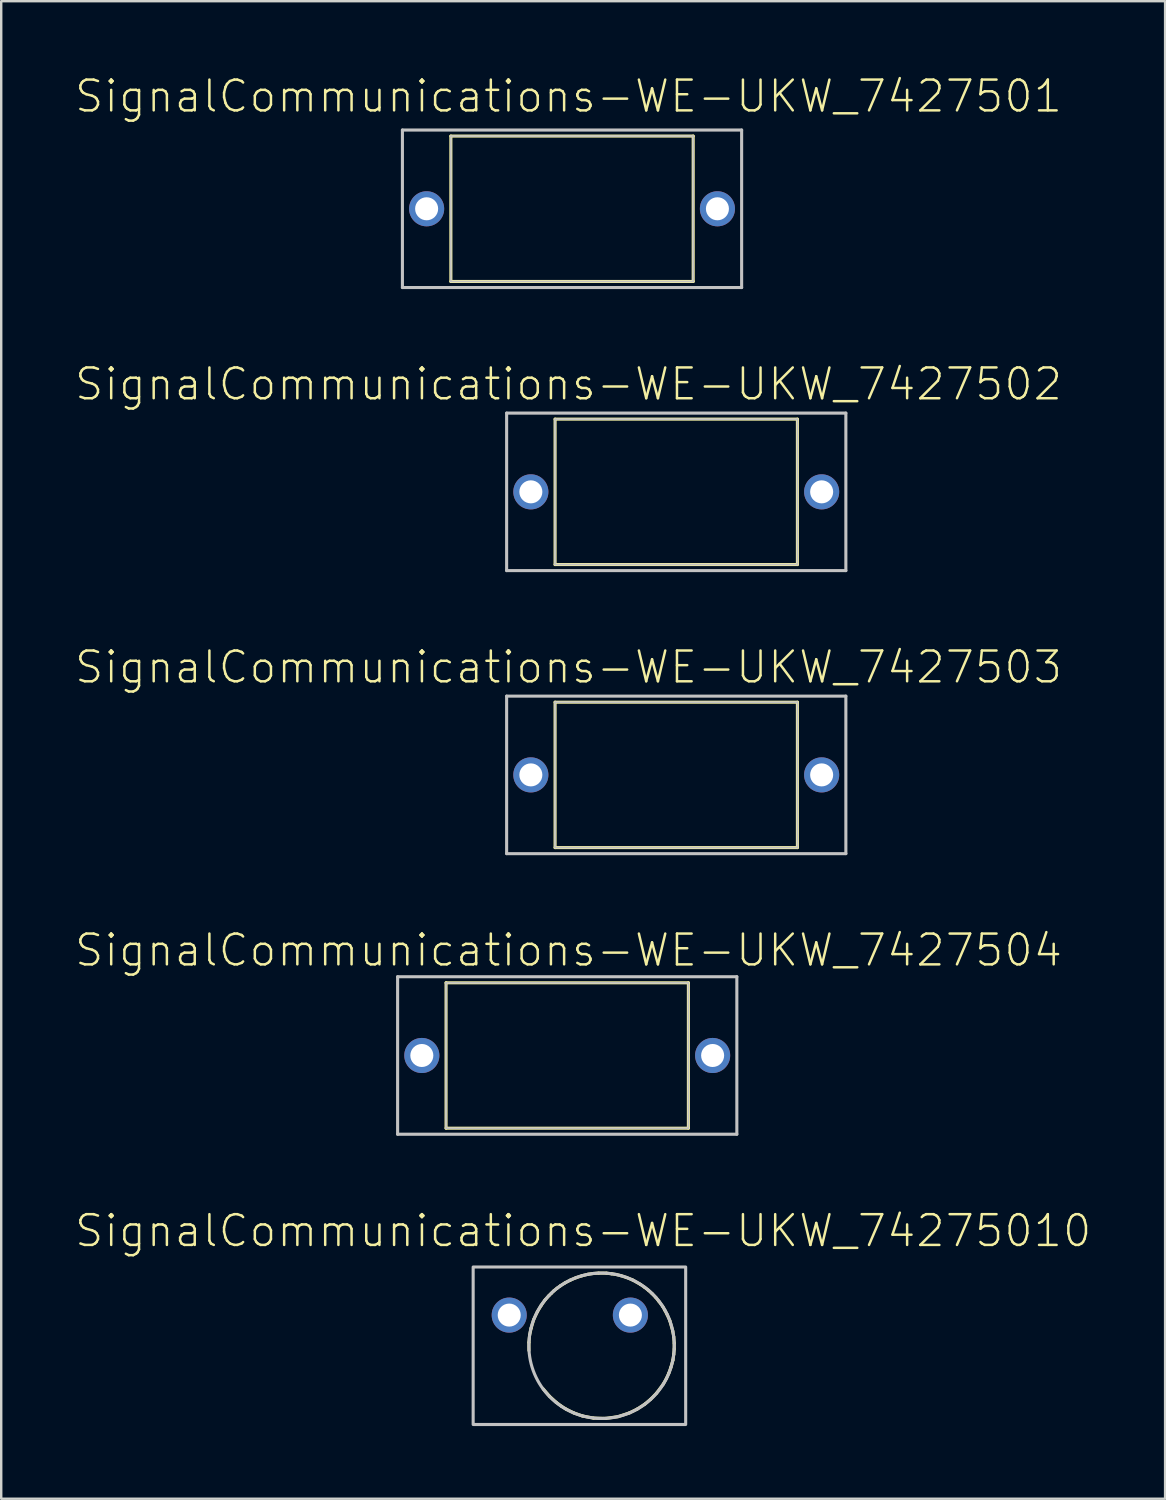
<source format=kicad_pcb>
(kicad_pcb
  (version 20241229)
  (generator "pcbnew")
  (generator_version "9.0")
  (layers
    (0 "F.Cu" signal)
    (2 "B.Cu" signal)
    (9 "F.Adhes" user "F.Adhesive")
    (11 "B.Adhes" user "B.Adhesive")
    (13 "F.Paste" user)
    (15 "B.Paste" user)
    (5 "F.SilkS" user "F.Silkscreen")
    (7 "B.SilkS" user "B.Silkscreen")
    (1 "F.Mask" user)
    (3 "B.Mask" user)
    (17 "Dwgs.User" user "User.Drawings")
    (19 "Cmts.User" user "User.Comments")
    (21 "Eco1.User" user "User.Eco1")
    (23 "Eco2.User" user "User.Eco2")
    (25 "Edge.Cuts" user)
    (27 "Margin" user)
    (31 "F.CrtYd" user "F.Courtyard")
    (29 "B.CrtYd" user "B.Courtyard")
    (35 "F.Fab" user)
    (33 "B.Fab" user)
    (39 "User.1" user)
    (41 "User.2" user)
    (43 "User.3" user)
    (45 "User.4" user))
  (footprint "SignalCommunications-WE-UKW_74275010"
    (layer "F.Cu")
    (at 21.77 52.474)
    (property "Reference" "SignalCommunications-WE-UKW_74275010" (at -0.759 -4.742 0) (layer "F.SilkS") (effects (font (size 1.27 1.27) (thickness 0.102))))
    (attr exclude_from_pos_files exclude_from_bom)
    (fp_line (start -2.997 -0.137) (end -2.972 -0.424) (stroke (width 0.127) (type solid)) (layer "F.SilkS"))
    (fp_line (start -2.997 0.198) (end -2.997 -0.137) (stroke (width 0.127) (type solid)) (layer "F.SilkS"))
    (fp_line (start -2.972 -0.424) (end -2.906 -0.726) (stroke (width 0.127) (type solid)) (layer "F.SilkS"))
    (fp_line (start -2.906 -0.726) (end -2.802 -1.077) (stroke (width 0.127) (type solid)) (layer "F.SilkS"))
    (fp_line (start -2.802 -1.077) (end -2.649 -1.402) (stroke (width 0.127) (type solid)) (layer "F.SilkS"))
    (fp_line (start -2.649 -1.402) (end -2.489 -1.669) (stroke (width 0.127) (type solid)) (layer "F.SilkS"))
    (fp_line (start -2.489 -1.669) (end -2.332 -1.89) (stroke (width 0.127) (type solid)) (layer "F.SilkS"))
    (fp_line (start -2.332 -1.89) (end -2.167 -2.073) (stroke (width 0.127) (type solid)) (layer "F.SilkS"))
    (fp_line (start -2.167 -2.073) (end -2.073 -2.164) (stroke (width 0.127) (type solid)) (layer "F.SilkS"))
    (fp_line (start -2.146 2.085) (end -2.408 1.781) (stroke (width 0.127) (type solid)) (layer "F.SilkS"))
    (fp_line (start -2.073 -2.164) (end -1.971 -2.266) (stroke (width 0.127) (type solid)) (layer "F.SilkS"))
    (fp_line (start -1.971 -2.266) (end -1.839 -2.372) (stroke (width 0.127) (type solid)) (layer "F.SilkS"))
    (fp_line (start -1.875 2.332) (end -2.146 2.085) (stroke (width 0.127) (type solid)) (layer "F.SilkS"))
    (fp_line (start -1.839 -2.372) (end -1.697 -2.474) (stroke (width 0.127) (type solid)) (layer "F.SilkS"))
    (fp_line (start -1.697 -2.474) (end -1.511 -2.593) (stroke (width 0.127) (type solid)) (layer "F.SilkS"))
    (fp_line (start -1.651 2.497) (end -1.875 2.332) (stroke (width 0.127) (type solid)) (layer "F.SilkS"))
    (fp_line (start -1.511 -2.593) (end -1.295 -2.705) (stroke (width 0.127) (type solid)) (layer "F.SilkS"))
    (fp_line (start -1.466 2.614) (end -1.651 2.497) (stroke (width 0.127) (type solid)) (layer "F.SilkS"))
    (fp_line (start -1.295 -2.705) (end -1.057 -2.807) (stroke (width 0.127) (type solid)) (layer "F.SilkS"))
    (fp_line (start -1.146 2.771) (end -1.466 2.614) (stroke (width 0.127) (type solid)) (layer "F.SilkS"))
    (fp_line (start -1.057 -2.807) (end -0.81 -2.888) (stroke (width 0.127) (type solid)) (layer "F.SilkS"))
    (fp_line (start -0.81 -2.888) (end -0.559 -2.949) (stroke (width 0.127) (type solid)) (layer "F.SilkS"))
    (fp_line (start -0.792 2.896) (end -1.146 2.771) (stroke (width 0.127) (type solid)) (layer "F.SilkS"))
    (fp_line (start -0.559 -2.949) (end -0.34 -2.982) (stroke (width 0.127) (type solid)) (layer "F.SilkS"))
    (fp_line (start -0.34 -2.982) (end -0.122 -2.997) (stroke (width 0.127) (type solid)) (layer "F.SilkS"))
    (fp_line (start -0.333 2.985) (end -0.792 2.896) (stroke (width 0.127) (type solid)) (layer "F.SilkS"))
    (fp_line (start -0.122 -2.997) (end 0.203 -2.995) (stroke (width 0.127) (type solid)) (layer "F.SilkS"))
    (fp_line (start 0.17 2.997) (end -0.333 2.985) (stroke (width 0.127) (type solid)) (layer "F.SilkS"))
    (fp_line (start 0.203 -2.995) (end 0.409 -2.969) (stroke (width 0.127) (type solid)) (layer "F.SilkS"))
    (fp_line (start 0.409 -2.969) (end 0.599 -2.941) (stroke (width 0.127) (type solid)) (layer "F.SilkS"))
    (fp_line (start 0.599 -2.941) (end 0.8 -2.891) (stroke (width 0.127) (type solid)) (layer "F.SilkS"))
    (fp_line (start 0.678 2.926) (end 0.17 2.997) (stroke (width 0.127) (type solid)) (layer "F.SilkS"))
    (fp_line (start 0.8 -2.891) (end 1.026 -2.817) (stroke (width 0.127) (type solid)) (layer "F.SilkS"))
    (fp_line (start 1.026 -2.817) (end 1.273 -2.718) (stroke (width 0.127) (type solid)) (layer "F.SilkS"))
    (fp_line (start 1.153 2.769) (end 0.678 2.926) (stroke (width 0.127) (type solid)) (layer "F.SilkS"))
    (fp_line (start 1.273 -2.718) (end 1.603 -2.532) (stroke (width 0.127) (type solid)) (layer "F.SilkS"))
    (fp_line (start 1.468 2.614) (end 1.153 2.769) (stroke (width 0.127) (type solid)) (layer "F.SilkS"))
    (fp_line (start 1.603 -2.532) (end 1.778 -2.41) (stroke (width 0.127) (type solid)) (layer "F.SilkS"))
    (fp_line (start 1.778 -2.41) (end 1.93 -2.291) (stroke (width 0.127) (type solid)) (layer "F.SilkS"))
    (fp_line (start 1.786 2.408) (end 1.468 2.614) (stroke (width 0.127) (type solid)) (layer "F.SilkS"))
    (fp_line (start 1.93 -2.291) (end 2.083 -2.151) (stroke (width 0.127) (type solid)) (layer "F.SilkS"))
    (fp_line (start 2.029 2.202) (end 1.786 2.408) (stroke (width 0.127) (type solid)) (layer "F.SilkS"))
    (fp_line (start 2.083 -2.151) (end 2.238 -1.991) (stroke (width 0.127) (type solid)) (layer "F.SilkS"))
    (fp_line (start 2.238 -1.991) (end 2.36 -1.839) (stroke (width 0.127) (type solid)) (layer "F.SilkS"))
    (fp_line (start 2.268 1.956) (end 2.029 2.202) (stroke (width 0.127) (type solid)) (layer "F.SilkS"))
    (fp_line (start 2.36 -1.839) (end 2.522 -1.621) (stroke (width 0.127) (type solid)) (layer "F.SilkS"))
    (fp_line (start 2.522 -1.621) (end 2.609 -1.466) (stroke (width 0.127) (type solid)) (layer "F.SilkS"))
    (fp_line (start 2.55 1.577) (end 2.268 1.956) (stroke (width 0.127) (type solid)) (layer "F.SilkS"))
    (fp_line (start 2.609 -1.466) (end 2.705 -1.285) (stroke (width 0.127) (type solid)) (layer "F.SilkS"))
    (fp_line (start 2.677 1.346) (end 2.55 1.577) (stroke (width 0.127) (type solid)) (layer "F.SilkS"))
    (fp_line (start 2.705 -1.285) (end 2.812 -1.044) (stroke (width 0.127) (type solid)) (layer "F.SilkS"))
    (fp_line (start 2.771 1.138) (end 2.677 1.346) (stroke (width 0.127) (type solid)) (layer "F.SilkS"))
    (fp_line (start 2.812 -1.044) (end 2.936 -0.607) (stroke (width 0.127) (type solid)) (layer "F.SilkS"))
    (fp_line (start 2.857 0.899) (end 2.771 1.138) (stroke (width 0.127) (type solid)) (layer "F.SilkS"))
    (fp_line (start 2.936 -0.607) (end 2.977 -0.368) (stroke (width 0.127) (type solid)) (layer "F.SilkS"))
    (fp_line (start 2.944 0.592) (end 2.857 0.899) (stroke (width 0.127) (type solid)) (layer "F.SilkS"))
    (fp_line (start 2.977 -0.368) (end 2.997 -0.107) (stroke (width 0.127) (type solid)) (layer "F.SilkS"))
    (fp_line (start 2.977 0.356) (end 2.944 0.592) (stroke (width 0.127) (type solid)) (layer "F.SilkS"))
    (fp_line (start 2.997 -0.107) (end 2.997 0.135) (stroke (width 0.127) (type solid)) (layer "F.SilkS"))
    (fp_line (start 2.997 0.135) (end 2.977 0.356) (stroke (width 0.127) (type solid)) (layer "F.SilkS"))
    (fp_circle (center 0 0) (end 0 -3) (stroke (width 0.127) (type solid)) (fill no) (layer "Dwgs.User"))
    (fp_poly (pts (xy -5.298 -3.249) (xy 3.47 -3.249) (xy 3.47 3.249) (xy -5.298 3.249) (xy -5.298 -3.249)) (stroke (width 0.127) (type solid)) (fill no) (layer "Dwgs.User"))
    (pad "1" thru_hole circle (at -3.81 -1.265) (size 1.448 1.448) (drill 0.95) (layers "*.Cu" "*.Paste" "*.Mask"))
    (pad "2" thru_hole circle (at 1.189 -1.265) (size 1.448 1.448) (drill 0.95) (layers "*.Cu" "*.Paste" "*.Mask")))
  (footprint "SignalCommunications-WE-UKW_7427504"
    (layer "F.Cu")
    (at 20.353 40.498)
    (property "Reference" "SignalCommunications-WE-UKW_7427504" (at 0.053 -4.343 0) (layer "F.SilkS") (effects (font (size 1.27 1.27) (thickness 0.102))))
    (attr exclude_from_pos_files exclude_from_bom)
    (fp_line (start -4.999 -3) (end -4.999 3) (stroke (width 0.127) (type solid)) (layer "F.SilkS"))
    (fp_line (start -4.999 3) (end 4.999 3) (stroke (width 0.127) (type solid)) (layer "F.SilkS"))
    (fp_line (start 4.999 -3) (end -4.999 -3) (stroke (width 0.127) (type solid)) (layer "F.SilkS"))
    (fp_line (start 4.999 3) (end 4.999 -3) (stroke (width 0.127) (type solid)) (layer "F.SilkS"))
    (fp_line (start -6.998 -3.249) (end -6.998 3.249) (stroke (width 0.127) (type solid)) (layer "Dwgs.User"))
    (fp_line (start -6.998 3.249) (end 6.998 3.249) (stroke (width 0.127) (type solid)) (layer "Dwgs.User"))
    (fp_line (start -4.999 -3) (end 4.999 -3) (stroke (width 0.066) (type solid)) (layer "Dwgs.User"))
    (fp_line (start -4.999 3) (end -4.999 -3) (stroke (width 0.066) (type solid)) (layer "Dwgs.User"))
    (fp_line (start -4.999 3) (end 4.999 3) (stroke (width 0.066) (type solid)) (layer "Dwgs.User"))
    (fp_line (start 4.999 3) (end 4.999 -3) (stroke (width 0.066) (type solid)) (layer "Dwgs.User"))
    (fp_line (start 6.998 -3.249) (end -6.998 -3.249) (stroke (width 0.127) (type solid)) (layer "Dwgs.User"))
    (fp_line (start 6.998 3.249) (end 6.998 -3.249) (stroke (width 0.127) (type solid)) (layer "Dwgs.User"))
    (pad "1" thru_hole circle (at -5.999 0) (size 1.448 1.448) (drill 0.95) (layers "*.Cu" "*.Paste" "*.Mask"))
    (pad "2" thru_hole circle (at 5.999 0) (size 1.448 1.448) (drill 0.95) (layers "*.Cu" "*.Paste" "*.Mask")))
  (footprint "SignalCommunications-WE-UKW_7427501"
    (layer "F.Cu")
    (at 20.551 5.564)
    (property "Reference" "SignalCommunications-WE-UKW_7427501" (at -0.145 -4.643 0) (layer "F.SilkS") (effects (font (size 1.27 1.27) (thickness 0.102))))
    (attr exclude_from_pos_files exclude_from_bom)
    (fp_line (start -4.999 -3) (end -4.999 3) (stroke (width 0.127) (type solid)) (layer "F.SilkS"))
    (fp_line (start -4.999 3) (end 4.999 3) (stroke (width 0.127) (type solid)) (layer "F.SilkS"))
    (fp_line (start 4.999 -3) (end -4.999 -3) (stroke (width 0.127) (type solid)) (layer "F.SilkS"))
    (fp_line (start 4.999 3) (end 4.999 -3) (stroke (width 0.127) (type solid)) (layer "F.SilkS"))
    (fp_line (start -6.998 -3.249) (end -6.998 3.249) (stroke (width 0.127) (type solid)) (layer "Dwgs.User"))
    (fp_line (start -6.998 3.249) (end 6.998 3.249) (stroke (width 0.127) (type solid)) (layer "Dwgs.User"))
    (fp_line (start -4.999 -3) (end 4.999 -3) (stroke (width 0.066) (type solid)) (layer "Dwgs.User"))
    (fp_line (start -4.999 3) (end -4.999 -3) (stroke (width 0.066) (type solid)) (layer "Dwgs.User"))
    (fp_line (start -4.999 3) (end 4.999 3) (stroke (width 0.066) (type solid)) (layer "Dwgs.User"))
    (fp_line (start 4.999 3) (end 4.999 -3) (stroke (width 0.066) (type solid)) (layer "Dwgs.User"))
    (fp_line (start 6.998 -3.249) (end -6.998 -3.249) (stroke (width 0.127) (type solid)) (layer "Dwgs.User"))
    (fp_line (start 6.998 3.249) (end 6.998 -3.249) (stroke (width 0.127) (type solid)) (layer "Dwgs.User"))
    (pad "1" thru_hole circle (at -5.999 0) (size 1.448 1.448) (drill 0.95) (layers "*.Cu" "*.Paste" "*.Mask"))
    (pad "2" thru_hole circle (at 5.999 0) (size 1.448 1.448) (drill 0.95) (layers "*.Cu" "*.Paste" "*.Mask")))
  (footprint "SignalCommunications-WE-UKW_7427502"
    (layer "F.Cu")
    (at 24.851 17.243)
    (property "Reference" "SignalCommunications-WE-UKW_7427502" (at -4.445 -4.445 0) (layer "F.SilkS") (effects (font (size 1.27 1.27) (thickness 0.102))))
    (attr exclude_from_pos_files exclude_from_bom)
    (fp_line (start -4.999 -3) (end -4.999 3) (stroke (width 0.127) (type solid)) (layer "F.SilkS"))
    (fp_line (start -4.999 3) (end 4.999 3) (stroke (width 0.127) (type solid)) (layer "F.SilkS"))
    (fp_line (start 4.999 -3) (end -4.999 -3) (stroke (width 0.127) (type solid)) (layer "F.SilkS"))
    (fp_line (start 4.999 3) (end 4.999 -3) (stroke (width 0.127) (type solid)) (layer "F.SilkS"))
    (fp_line (start -6.998 -3.249) (end -6.998 3.249) (stroke (width 0.127) (type solid)) (layer "Dwgs.User"))
    (fp_line (start -6.998 3.249) (end 6.998 3.249) (stroke (width 0.127) (type solid)) (layer "Dwgs.User"))
    (fp_line (start -4.999 -3) (end 4.999 -3) (stroke (width 0.066) (type solid)) (layer "Dwgs.User"))
    (fp_line (start -4.999 3) (end -4.999 -3) (stroke (width 0.066) (type solid)) (layer "Dwgs.User"))
    (fp_line (start -4.999 3) (end 4.999 3) (stroke (width 0.066) (type solid)) (layer "Dwgs.User"))
    (fp_line (start 4.999 3) (end 4.999 -3) (stroke (width 0.066) (type solid)) (layer "Dwgs.User"))
    (fp_line (start 6.998 -3.249) (end -6.998 -3.249) (stroke (width 0.127) (type solid)) (layer "Dwgs.User"))
    (fp_line (start 6.998 3.249) (end 6.998 -3.249) (stroke (width 0.127) (type solid)) (layer "Dwgs.User"))
    (pad "1" thru_hole circle (at -5.999 0) (size 1.448 1.448) (drill 0.95) (layers "*.Cu" "*.Paste" "*.Mask"))
    (pad "2" thru_hole circle (at 5.999 0) (size 1.448 1.448) (drill 0.95) (layers "*.Cu" "*.Paste" "*.Mask")))
  (footprint "SignalCommunications-WE-UKW_7427503"
    (layer "F.Cu")
    (at 24.851 28.921)
    (property "Reference" "SignalCommunications-WE-UKW_7427503" (at -4.445 -4.445 0) (layer "F.SilkS") (effects (font (size 1.27 1.27) (thickness 0.102))))
    (attr exclude_from_pos_files exclude_from_bom)
    (fp_line (start -4.999 -3) (end -4.999 3) (stroke (width 0.127) (type solid)) (layer "F.SilkS"))
    (fp_line (start -4.999 3) (end 4.999 3) (stroke (width 0.127) (type solid)) (layer "F.SilkS"))
    (fp_line (start 4.999 -3) (end -4.999 -3) (stroke (width 0.127) (type solid)) (layer "F.SilkS"))
    (fp_line (start 4.999 3) (end 4.999 -3) (stroke (width 0.127) (type solid)) (layer "F.SilkS"))
    (fp_line (start -6.998 -3.249) (end -6.998 3.249) (stroke (width 0.127) (type solid)) (layer "Dwgs.User"))
    (fp_line (start -6.998 3.249) (end 6.998 3.249) (stroke (width 0.127) (type solid)) (layer "Dwgs.User"))
    (fp_line (start -4.999 -3) (end 4.999 -3) (stroke (width 0.066) (type solid)) (layer "Dwgs.User"))
    (fp_line (start -4.999 3) (end -4.999 -3) (stroke (width 0.066) (type solid)) (layer "Dwgs.User"))
    (fp_line (start -4.999 3) (end 4.999 3) (stroke (width 0.066) (type solid)) (layer "Dwgs.User"))
    (fp_line (start 4.999 3) (end 4.999 -3) (stroke (width 0.066) (type solid)) (layer "Dwgs.User"))
    (fp_line (start 6.998 -3.249) (end -6.998 -3.249) (stroke (width 0.127) (type solid)) (layer "Dwgs.User"))
    (fp_line (start 6.998 3.249) (end 6.998 -3.249) (stroke (width 0.127) (type solid)) (layer "Dwgs.User"))
    (pad "1" thru_hole circle (at -5.999 0) (size 1.448 1.448) (drill 0.95) (layers "*.Cu" "*.Paste" "*.Mask"))
    (pad "2" thru_hole circle (at 5.999 0) (size 1.448 1.448) (drill 0.95) (layers "*.Cu" "*.Paste" "*.Mask")))
  (gr_rect
    (start -3 -3)
    (end 45.021 58.786)
    (stroke (width 0.1) (type default))
    (fill no)
    (layer "Edge.Cuts")))
</source>
